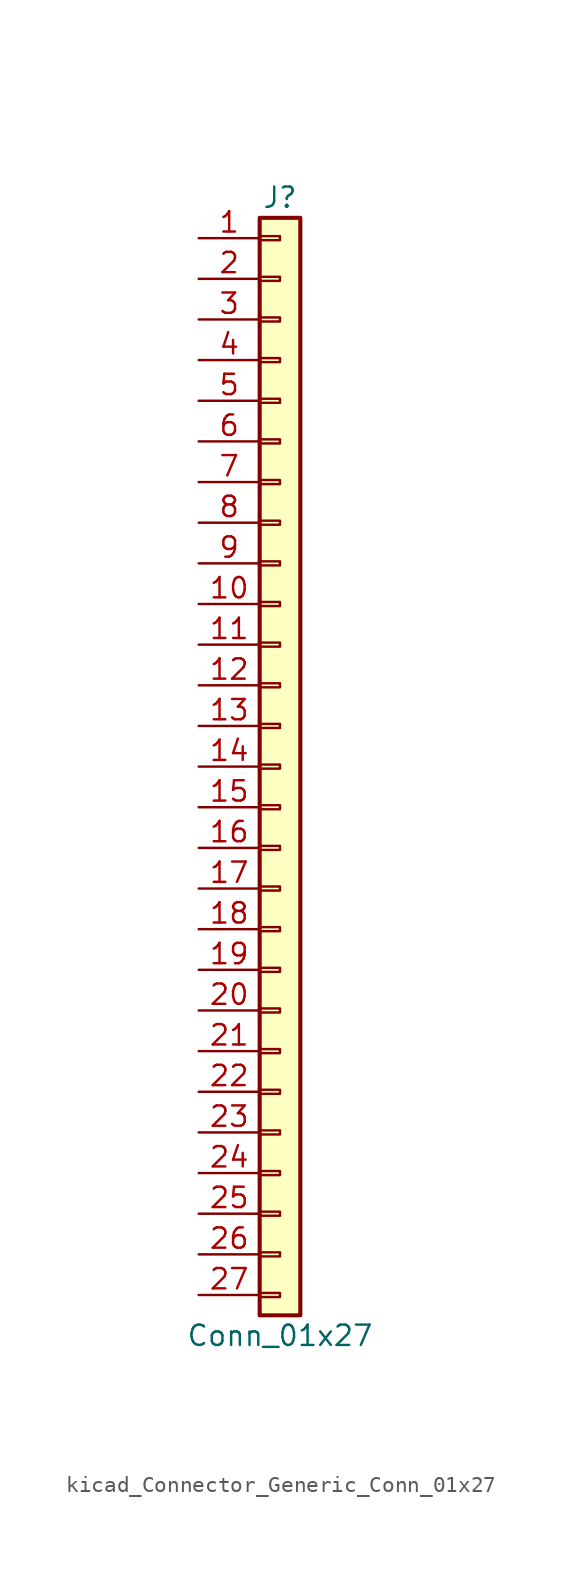
<source format=kicad_sym>
(kicad_symbol_lib
  (version 20220914)
  (generator kicad_symbol_editor)
  (symbol "kicad_Connector_Generic_Conn_01x27"
    (pin_names
      (offset 1.016) hide)
    (property "Reference" "J"
      (at 0 35.56 0)
      (effects (font (size 1.27 1.27))))
    (property "Value" "Conn_01x27"
      (at 0 -35.56 0)
      (effects (font (size 1.27 1.27))))
    (symbol "kicad_Connector_Generic_Conn_01x27_1_1"
      (rectangle (start -1.27 -32.893) (end 0 -33.147) (stroke (width 0.152) (type default)) (fill (type none)))
      (rectangle (start -1.27 -30.353) (end 0 -30.607) (stroke (width 0.152) (type default)) (fill (type none)))
      (rectangle (start -1.27 -27.813) (end 0 -28.067) (stroke (width 0.152) (type default)) (fill (type none)))
      (rectangle (start -1.27 -25.273) (end 0 -25.527) (stroke (width 0.152) (type default)) (fill (type none)))
      (rectangle (start -1.27 -22.733) (end 0 -22.987) (stroke (width 0.152) (type default)) (fill (type none)))
      (rectangle (start -1.27 -20.193) (end 0 -20.447) (stroke (width 0.152) (type default)) (fill (type none)))
      (rectangle (start -1.27 -17.653) (end 0 -17.907) (stroke (width 0.152) (type default)) (fill (type none)))
      (rectangle (start -1.27 -15.113) (end 0 -15.367) (stroke (width 0.152) (type default)) (fill (type none)))
      (rectangle (start -1.27 -12.573) (end 0 -12.827) (stroke (width 0.152) (type default)) (fill (type none)))
      (rectangle (start -1.27 -10.033) (end 0 -10.287) (stroke (width 0.152) (type default)) (fill (type none)))
      (rectangle (start -1.27 -7.493) (end 0 -7.747) (stroke (width 0.152) (type default)) (fill (type none)))
      (rectangle (start -1.27 -4.953) (end 0 -5.207) (stroke (width 0.152) (type default)) (fill (type none)))
      (rectangle (start -1.27 -2.413) (end 0 -2.667) (stroke (width 0.152) (type default)) (fill (type none)))
      (rectangle (start -1.27 0.127) (end 0 -0.127) (stroke (width 0.152) (type default)) (fill (type none)))
      (rectangle (start -1.27 2.667) (end 0 2.413) (stroke (width 0.152) (type default)) (fill (type none)))
      (rectangle (start -1.27 5.207) (end 0 4.953) (stroke (width 0.152) (type default)) (fill (type none)))
      (rectangle (start -1.27 7.747) (end 0 7.493) (stroke (width 0.152) (type default)) (fill (type none)))
      (rectangle (start -1.27 10.287) (end 0 10.033) (stroke (width 0.152) (type default)) (fill (type none)))
      (rectangle (start -1.27 12.827) (end 0 12.573) (stroke (width 0.152) (type default)) (fill (type none)))
      (rectangle (start -1.27 15.367) (end 0 15.113) (stroke (width 0.152) (type default)) (fill (type none)))
      (rectangle (start -1.27 17.907) (end 0 17.653) (stroke (width 0.152) (type default)) (fill (type none)))
      (rectangle (start -1.27 20.447) (end 0 20.193) (stroke (width 0.152) (type default)) (fill (type none)))
      (rectangle (start -1.27 22.987) (end 0 22.733) (stroke (width 0.152) (type default)) (fill (type none)))
      (rectangle (start -1.27 25.527) (end 0 25.273) (stroke (width 0.152) (type default)) (fill (type none)))
      (rectangle (start -1.27 28.067) (end 0 27.813) (stroke (width 0.152) (type default)) (fill (type none)))
      (rectangle (start -1.27 30.607) (end 0 30.353) (stroke (width 0.152) (type default)) (fill (type none)))
      (rectangle (start -1.27 33.147) (end 0 32.893) (stroke (width 0.152) (type default)) (fill (type none)))
      (rectangle (start -1.27 34.29) (end 1.27 -34.29) (stroke (width 0.254) (type default)) (fill (type background)))
      (pin passive line (at -5.08 33.02 0) (length 3.81) (name "Pin_1" (effects (font (size 1.27 1.27)))) (number "1" (effects (font (size 1.27 1.27)))))
      (pin passive line (at -5.08 10.16 0) (length 3.81) (name "Pin_10" (effects (font (size 1.27 1.27)))) (number "10" (effects (font (size 1.27 1.27)))))
      (pin passive line (at -5.08 7.62 0) (length 3.81) (name "Pin_11" (effects (font (size 1.27 1.27)))) (number "11" (effects (font (size 1.27 1.27)))))
      (pin passive line (at -5.08 5.08 0) (length 3.81) (name "Pin_12" (effects (font (size 1.27 1.27)))) (number "12" (effects (font (size 1.27 1.27)))))
      (pin passive line (at -5.08 2.54 0) (length 3.81) (name "Pin_13" (effects (font (size 1.27 1.27)))) (number "13" (effects (font (size 1.27 1.27)))))
      (pin passive line (at -5.08 0 0) (length 3.81) (name "Pin_14" (effects (font (size 1.27 1.27)))) (number "14" (effects (font (size 1.27 1.27)))))
      (pin passive line (at -5.08 -2.54 0) (length 3.81) (name "Pin_15" (effects (font (size 1.27 1.27)))) (number "15" (effects (font (size 1.27 1.27)))))
      (pin passive line (at -5.08 -5.08 0) (length 3.81) (name "Pin_16" (effects (font (size 1.27 1.27)))) (number "16" (effects (font (size 1.27 1.27)))))
      (pin passive line (at -5.08 -7.62 0) (length 3.81) (name "Pin_17" (effects (font (size 1.27 1.27)))) (number "17" (effects (font (size 1.27 1.27)))))
      (pin passive line (at -5.08 -10.16 0) (length 3.81) (name "Pin_18" (effects (font (size 1.27 1.27)))) (number "18" (effects (font (size 1.27 1.27)))))
      (pin passive line (at -5.08 -12.7 0) (length 3.81) (name "Pin_19" (effects (font (size 1.27 1.27)))) (number "19" (effects (font (size 1.27 1.27)))))
      (pin passive line (at -5.08 30.48 0) (length 3.81) (name "Pin_2" (effects (font (size 1.27 1.27)))) (number "2" (effects (font (size 1.27 1.27)))))
      (pin passive line (at -5.08 -15.24 0) (length 3.81) (name "Pin_20" (effects (font (size 1.27 1.27)))) (number "20" (effects (font (size 1.27 1.27)))))
      (pin passive line (at -5.08 -17.78 0) (length 3.81) (name "Pin_21" (effects (font (size 1.27 1.27)))) (number "21" (effects (font (size 1.27 1.27)))))
      (pin passive line (at -5.08 -20.32 0) (length 3.81) (name "Pin_22" (effects (font (size 1.27 1.27)))) (number "22" (effects (font (size 1.27 1.27)))))
      (pin passive line (at -5.08 -22.86 0) (length 3.81) (name "Pin_23" (effects (font (size 1.27 1.27)))) (number "23" (effects (font (size 1.27 1.27)))))
      (pin passive line (at -5.08 -25.4 0) (length 3.81) (name "Pin_24" (effects (font (size 1.27 1.27)))) (number "24" (effects (font (size 1.27 1.27)))))
      (pin passive line (at -5.08 -27.94 0) (length 3.81) (name "Pin_25" (effects (font (size 1.27 1.27)))) (number "25" (effects (font (size 1.27 1.27)))))
      (pin passive line (at -5.08 -30.48 0) (length 3.81) (name "Pin_26" (effects (font (size 1.27 1.27)))) (number "26" (effects (font (size 1.27 1.27)))))
      (pin passive line (at -5.08 -33.02 0) (length 3.81) (name "Pin_27" (effects (font (size 1.27 1.27)))) (number "27" (effects (font (size 1.27 1.27)))))
      (pin passive line (at -5.08 27.94 0) (length 3.81) (name "Pin_3" (effects (font (size 1.27 1.27)))) (number "3" (effects (font (size 1.27 1.27)))))
      (pin passive line (at -5.08 25.4 0) (length 3.81) (name "Pin_4" (effects (font (size 1.27 1.27)))) (number "4" (effects (font (size 1.27 1.27)))))
      (pin passive line (at -5.08 22.86 0) (length 3.81) (name "Pin_5" (effects (font (size 1.27 1.27)))) (number "5" (effects (font (size 1.27 1.27)))))
      (pin passive line (at -5.08 20.32 0) (length 3.81) (name "Pin_6" (effects (font (size 1.27 1.27)))) (number "6" (effects (font (size 1.27 1.27)))))
      (pin passive line (at -5.08 17.78 0) (length 3.81) (name "Pin_7" (effects (font (size 1.27 1.27)))) (number "7" (effects (font (size 1.27 1.27)))))
      (pin passive line (at -5.08 15.24 0) (length 3.81) (name "Pin_8" (effects (font (size 1.27 1.27)))) (number "8" (effects (font (size 1.27 1.27)))))
      (pin passive line (at -5.08 12.7 0) (length 3.81) (name "Pin_9" (effects (font (size 1.27 1.27)))) (number "9" (effects (font (size 1.27 1.27))))))))
</source>
